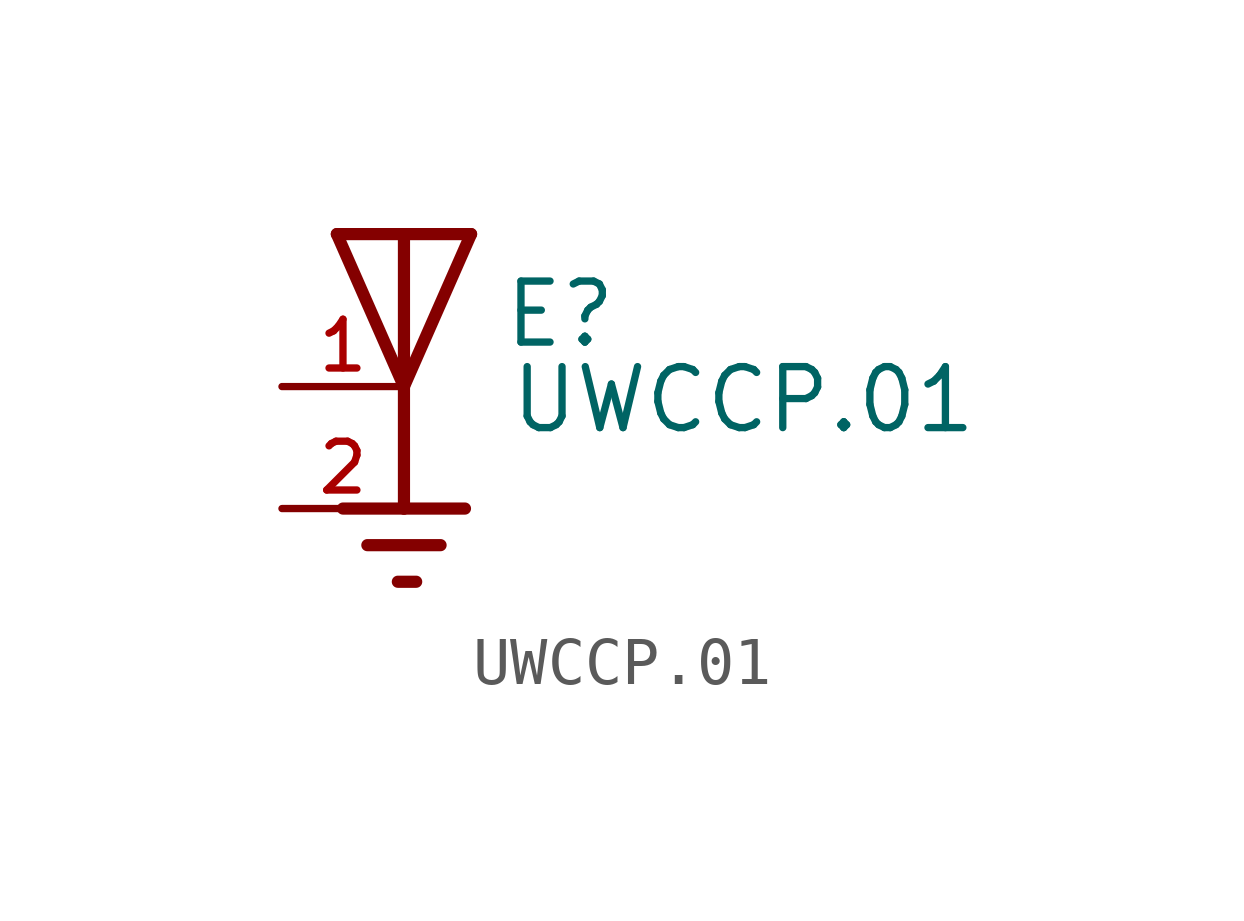
<source format=kicad_sym>
(kicad_symbol_lib
  (version 20211014)
  (generator kicad_symbol_editor)
  (symbol "UWCCP.01"
    (pin_names
      (offset 1.016))
    (property "Reference" "E"
      (at 2.034 0.763 0)
      (effects (font (size 1.27 1.27)) (justify bottom left)))
    (property "Value" "UWCCP.01"
      (at 2.163 -1.018 0)
      (effects (font (size 1.27 1.27)) (justify bottom left)))
    (symbol "UWCCP.01_0_0"
      (polyline (pts (xy -1.397 3.175) (xy 0.0 3.175)) (stroke (width 0.254)))
      (polyline (pts (xy 0.0 3.175) (xy 1.397 3.175)) (stroke (width 0.254)))
      (polyline (pts (xy 1.397 3.175) (xy 0.0 0.0)) (stroke (width 0.254)))
      (polyline (pts (xy 0.0 0.0) (xy -1.397 3.175)) (stroke (width 0.254)))
      (polyline (pts (xy 0.0 3.175) (xy 0.0 0.0)) (stroke (width 0.254)))
      (polyline (pts (xy 0.0 0.0) (xy 0.0 -2.54)) (stroke (width 0.254)))
      (polyline (pts (xy 0.0 -2.54) (xy -1.27 -2.54)) (stroke (width 0.254)))
      (polyline (pts (xy 0.0 -2.54) (xy 1.27 -2.54)) (stroke (width 0.254)))
      (polyline (pts (xy -0.762 -3.302) (xy 0.762 -3.302)) (stroke (width 0.254)))
      (polyline (pts (xy -0.127 -4.064) (xy 0.254 -4.064)) (stroke (width 0.254)))
      (pin passive line (at -2.54 0.0 0) (length 2.54) (name "~" (effects (font (size 1.016 1.016)))) (number "1" (effects (font (size 1.016 1.016)))))
      (pin power_in line (at -2.54 -2.54 0) (length 2.54) (name "~" (effects (font (size 1.016 1.016)))) (number "2" (effects (font (size 1.016 1.016))))))))
</source>
